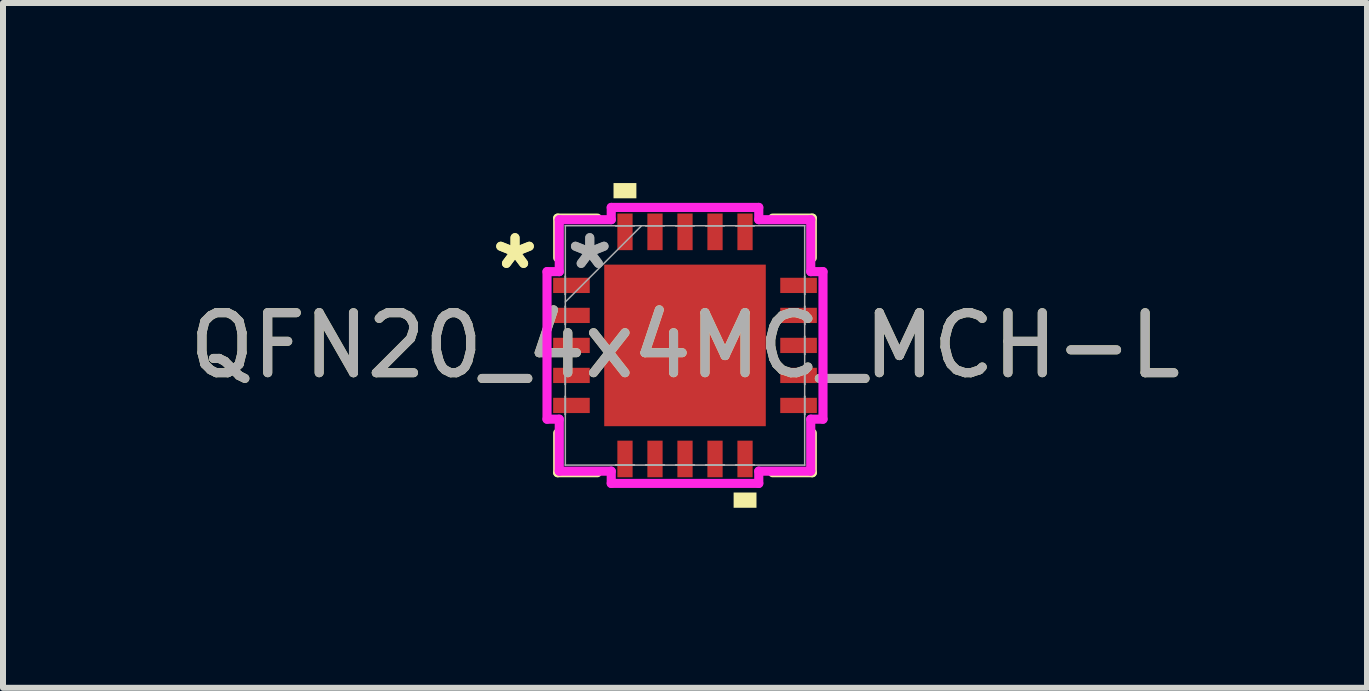
<source format=kicad_pcb>
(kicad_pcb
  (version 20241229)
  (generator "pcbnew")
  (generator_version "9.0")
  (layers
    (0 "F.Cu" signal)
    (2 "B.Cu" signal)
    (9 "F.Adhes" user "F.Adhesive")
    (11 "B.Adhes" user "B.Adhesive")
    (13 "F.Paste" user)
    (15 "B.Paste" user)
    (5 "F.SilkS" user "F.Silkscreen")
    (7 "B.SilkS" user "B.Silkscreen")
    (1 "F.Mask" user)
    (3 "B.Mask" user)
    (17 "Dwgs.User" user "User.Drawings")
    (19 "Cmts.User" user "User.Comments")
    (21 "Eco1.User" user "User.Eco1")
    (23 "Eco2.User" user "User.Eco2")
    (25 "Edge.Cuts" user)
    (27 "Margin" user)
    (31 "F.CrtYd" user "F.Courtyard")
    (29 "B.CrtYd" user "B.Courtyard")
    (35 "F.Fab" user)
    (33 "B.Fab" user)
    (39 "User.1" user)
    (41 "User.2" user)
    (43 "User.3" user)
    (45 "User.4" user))
  (footprint "QFN20_4x4MC_MCH-L"
    (layer "F.Cu")
    (at 8.363 2.705)
    (property "Reference" "QFN20_4x4MC_MCH-L" (at 0 0 0) (unlocked yes) (layer "F.SilkS") (effects (font (size 1 1) (thickness 0.15))))
    (attr smd)
    (fp_line (start -2.121 -2.121) (end -2.121 -1.46) (stroke (width 0.152) (type solid)) (layer "F.SilkS"))
    (fp_line (start -2.121 1.46) (end -2.121 2.121) (stroke (width 0.152) (type solid)) (layer "F.SilkS"))
    (fp_line (start -2.121 2.121) (end -1.46 2.121) (stroke (width 0.152) (type solid)) (layer "F.SilkS"))
    (fp_line (start -1.46 -2.121) (end -2.121 -2.121) (stroke (width 0.152) (type solid)) (layer "F.SilkS"))
    (fp_line (start 1.46 2.121) (end 2.121 2.121) (stroke (width 0.152) (type solid)) (layer "F.SilkS"))
    (fp_line (start 2.121 -2.121) (end 1.46 -2.121) (stroke (width 0.152) (type solid)) (layer "F.SilkS"))
    (fp_line (start 2.121 -1.46) (end 2.121 -2.121) (stroke (width 0.152) (type solid)) (layer "F.SilkS"))
    (fp_line (start 2.121 2.121) (end 2.121 1.46) (stroke (width 0.152) (type solid)) (layer "F.SilkS"))
    (fp_poly (pts (xy -1.191 -2.451) (xy -1.191 -2.705) (xy -0.81 -2.705) (xy -0.81 -2.451)) (stroke (width 0) (type solid)) (fill yes) (layer "F.SilkS"))
    (fp_poly (pts (xy 0.81 2.451) (xy 0.81 2.705) (xy 1.191 2.705) (xy 1.191 2.451)) (stroke (width 0) (type solid)) (fill yes) (layer "F.SilkS"))
    (fp_poly (pts (xy -1.246 -1.246) (xy -1.246 -0.1) (xy -0.1 -0.1) (xy -0.1 -1.246)) (stroke (width 0) (type solid)) (fill yes) (layer "F.Paste"))
    (fp_poly (pts (xy -1.246 0.1) (xy -1.246 1.246) (xy -0.1 1.246) (xy -0.1 0.1)) (stroke (width 0) (type solid)) (fill yes) (layer "F.Paste"))
    (fp_poly (pts (xy 0.1 -1.246) (xy 0.1 -0.1) (xy 1.246 -0.1) (xy 1.246 -1.246)) (stroke (width 0) (type solid)) (fill yes) (layer "F.Paste"))
    (fp_poly (pts (xy 0.1 0.1) (xy 0.1 1.246) (xy 1.246 1.246) (xy 1.246 0.1)) (stroke (width 0) (type solid)) (fill yes) (layer "F.Paste"))
    (fp_line (start -2.299 -1.229) (end -2.095 -1.229) (stroke (width 0.152) (type solid)) (layer "F.CrtYd"))
    (fp_line (start -2.299 1.229) (end -2.299 -1.229) (stroke (width 0.152) (type solid)) (layer "F.CrtYd"))
    (fp_line (start -2.095 -2.095) (end -1.229 -2.095) (stroke (width 0.152) (type solid)) (layer "F.CrtYd"))
    (fp_line (start -2.095 -1.229) (end -2.095 -2.095) (stroke (width 0.152) (type solid)) (layer "F.CrtYd"))
    (fp_line (start -2.095 1.229) (end -2.299 1.229) (stroke (width 0.152) (type solid)) (layer "F.CrtYd"))
    (fp_line (start -2.095 2.095) (end -2.095 1.229) (stroke (width 0.152) (type solid)) (layer "F.CrtYd"))
    (fp_line (start -1.229 -2.299) (end 1.229 -2.299) (stroke (width 0.152) (type solid)) (layer "F.CrtYd"))
    (fp_line (start -1.229 -2.095) (end -1.229 -2.299) (stroke (width 0.152) (type solid)) (layer "F.CrtYd"))
    (fp_line (start -1.229 2.095) (end -2.095 2.095) (stroke (width 0.152) (type solid)) (layer "F.CrtYd"))
    (fp_line (start -1.229 2.299) (end -1.229 2.095) (stroke (width 0.152) (type solid)) (layer "F.CrtYd"))
    (fp_line (start 1.229 -2.299) (end 1.229 -2.095) (stroke (width 0.152) (type solid)) (layer "F.CrtYd"))
    (fp_line (start 1.229 -2.095) (end 2.095 -2.095) (stroke (width 0.152) (type solid)) (layer "F.CrtYd"))
    (fp_line (start 1.229 2.095) (end 1.229 2.299) (stroke (width 0.152) (type solid)) (layer "F.CrtYd"))
    (fp_line (start 1.229 2.299) (end -1.229 2.299) (stroke (width 0.152) (type solid)) (layer "F.CrtYd"))
    (fp_line (start 2.095 -2.095) (end 2.095 -1.229) (stroke (width 0.152) (type solid)) (layer "F.CrtYd"))
    (fp_line (start 2.095 -1.229) (end 2.299 -1.229) (stroke (width 0.152) (type solid)) (layer "F.CrtYd"))
    (fp_line (start 2.095 1.229) (end 2.095 2.095) (stroke (width 0.152) (type solid)) (layer "F.CrtYd"))
    (fp_line (start 2.095 2.095) (end 1.229 2.095) (stroke (width 0.152) (type solid)) (layer "F.CrtYd"))
    (fp_line (start 2.299 -1.229) (end 2.299 1.229) (stroke (width 0.152) (type solid)) (layer "F.CrtYd"))
    (fp_line (start 2.299 1.229) (end 2.095 1.229) (stroke (width 0.152) (type solid)) (layer "F.CrtYd"))
    (fp_line (start -1.994 -1.994) (end -1.994 -1.994) (stroke (width 0.025) (type solid)) (layer "F.Fab"))
    (fp_line (start -1.994 -1.994) (end -1.994 1.994) (stroke (width 0.025) (type solid)) (layer "F.Fab"))
    (fp_line (start -1.994 -1.152) (end -1.994 -1.152) (stroke (width 0.025) (type solid)) (layer "F.Fab"))
    (fp_line (start -1.994 -1.152) (end -1.994 -0.848) (stroke (width 0.025) (type solid)) (layer "F.Fab"))
    (fp_line (start -1.994 -0.848) (end -1.994 -1.152) (stroke (width 0.025) (type solid)) (layer "F.Fab"))
    (fp_line (start -1.994 -0.848) (end -1.994 -0.848) (stroke (width 0.025) (type solid)) (layer "F.Fab"))
    (fp_line (start -1.994 -0.724) (end -0.724 -1.994) (stroke (width 0.025) (type solid)) (layer "F.Fab"))
    (fp_line (start -1.994 -0.652) (end -1.994 -0.652) (stroke (width 0.025) (type solid)) (layer "F.Fab"))
    (fp_line (start -1.994 -0.652) (end -1.994 -0.348) (stroke (width 0.025) (type solid)) (layer "F.Fab"))
    (fp_line (start -1.994 -0.348) (end -1.994 -0.652) (stroke (width 0.025) (type solid)) (layer "F.Fab"))
    (fp_line (start -1.994 -0.348) (end -1.994 -0.348) (stroke (width 0.025) (type solid)) (layer "F.Fab"))
    (fp_line (start -1.994 -0.152) (end -1.994 -0.152) (stroke (width 0.025) (type solid)) (layer "F.Fab"))
    (fp_line (start -1.994 -0.152) (end -1.994 0.152) (stroke (width 0.025) (type solid)) (layer "F.Fab"))
    (fp_line (start -1.994 0.152) (end -1.994 -0.152) (stroke (width 0.025) (type solid)) (layer "F.Fab"))
    (fp_line (start -1.994 0.152) (end -1.994 0.152) (stroke (width 0.025) (type solid)) (layer "F.Fab"))
    (fp_line (start -1.994 0.348) (end -1.994 0.348) (stroke (width 0.025) (type solid)) (layer "F.Fab"))
    (fp_line (start -1.994 0.348) (end -1.994 0.652) (stroke (width 0.025) (type solid)) (layer "F.Fab"))
    (fp_line (start -1.994 0.652) (end -1.994 0.348) (stroke (width 0.025) (type solid)) (layer "F.Fab"))
    (fp_line (start -1.994 0.652) (end -1.994 0.652) (stroke (width 0.025) (type solid)) (layer "F.Fab"))
    (fp_line (start -1.994 0.848) (end -1.994 0.848) (stroke (width 0.025) (type solid)) (layer "F.Fab"))
    (fp_line (start -1.994 0.848) (end -1.994 1.152) (stroke (width 0.025) (type solid)) (layer "F.Fab"))
    (fp_line (start -1.994 1.152) (end -1.994 0.848) (stroke (width 0.025) (type solid)) (layer "F.Fab"))
    (fp_line (start -1.994 1.152) (end -1.994 1.152) (stroke (width 0.025) (type solid)) (layer "F.Fab"))
    (fp_line (start -1.994 1.994) (end -1.994 1.994) (stroke (width 0.025) (type solid)) (layer "F.Fab"))
    (fp_line (start -1.994 1.994) (end 1.994 1.994) (stroke (width 0.025) (type solid)) (layer "F.Fab"))
    (fp_line (start -1.152 -1.994) (end -1.152 -1.994) (stroke (width 0.025) (type solid)) (layer "F.Fab"))
    (fp_line (start -1.152 -1.994) (end -0.848 -1.994) (stroke (width 0.025) (type solid)) (layer "F.Fab"))
    (fp_line (start -1.152 1.994) (end -1.152 1.994) (stroke (width 0.025) (type solid)) (layer "F.Fab"))
    (fp_line (start -1.152 1.994) (end -0.848 1.994) (stroke (width 0.025) (type solid)) (layer "F.Fab"))
    (fp_line (start -0.848 -1.994) (end -1.152 -1.994) (stroke (width 0.025) (type solid)) (layer "F.Fab"))
    (fp_line (start -0.848 -1.994) (end -0.848 -1.994) (stroke (width 0.025) (type solid)) (layer "F.Fab"))
    (fp_line (start -0.848 1.994) (end -1.152 1.994) (stroke (width 0.025) (type solid)) (layer "F.Fab"))
    (fp_line (start -0.848 1.994) (end -0.848 1.994) (stroke (width 0.025) (type solid)) (layer "F.Fab"))
    (fp_line (start -0.652 -1.994) (end -0.652 -1.994) (stroke (width 0.025) (type solid)) (layer "F.Fab"))
    (fp_line (start -0.652 -1.994) (end -0.348 -1.994) (stroke (width 0.025) (type solid)) (layer "F.Fab"))
    (fp_line (start -0.652 1.994) (end -0.652 1.994) (stroke (width 0.025) (type solid)) (layer "F.Fab"))
    (fp_line (start -0.652 1.994) (end -0.348 1.994) (stroke (width 0.025) (type solid)) (layer "F.Fab"))
    (fp_line (start -0.348 -1.994) (end -0.652 -1.994) (stroke (width 0.025) (type solid)) (layer "F.Fab"))
    (fp_line (start -0.348 -1.994) (end -0.348 -1.994) (stroke (width 0.025) (type solid)) (layer "F.Fab"))
    (fp_line (start -0.348 1.994) (end -0.652 1.994) (stroke (width 0.025) (type solid)) (layer "F.Fab"))
    (fp_line (start -0.348 1.994) (end -0.348 1.994) (stroke (width 0.025) (type solid)) (layer "F.Fab"))
    (fp_line (start -0.152 -1.994) (end -0.152 -1.994) (stroke (width 0.025) (type solid)) (layer "F.Fab"))
    (fp_line (start -0.152 -1.994) (end 0.152 -1.994) (stroke (width 0.025) (type solid)) (layer "F.Fab"))
    (fp_line (start -0.152 1.994) (end -0.152 1.994) (stroke (width 0.025) (type solid)) (layer "F.Fab"))
    (fp_line (start -0.152 1.994) (end 0.152 1.994) (stroke (width 0.025) (type solid)) (layer "F.Fab"))
    (fp_line (start 0.152 -1.994) (end -0.152 -1.994) (stroke (width 0.025) (type solid)) (layer "F.Fab"))
    (fp_line (start 0.152 -1.994) (end 0.152 -1.994) (stroke (width 0.025) (type solid)) (layer "F.Fab"))
    (fp_line (start 0.152 1.994) (end -0.152 1.994) (stroke (width 0.025) (type solid)) (layer "F.Fab"))
    (fp_line (start 0.152 1.994) (end 0.152 1.994) (stroke (width 0.025) (type solid)) (layer "F.Fab"))
    (fp_line (start 0.348 -1.994) (end 0.348 -1.994) (stroke (width 0.025) (type solid)) (layer "F.Fab"))
    (fp_line (start 0.348 -1.994) (end 0.652 -1.994) (stroke (width 0.025) (type solid)) (layer "F.Fab"))
    (fp_line (start 0.348 1.994) (end 0.348 1.994) (stroke (width 0.025) (type solid)) (layer "F.Fab"))
    (fp_line (start 0.348 1.994) (end 0.652 1.994) (stroke (width 0.025) (type solid)) (layer "F.Fab"))
    (fp_line (start 0.652 -1.994) (end 0.348 -1.994) (stroke (width 0.025) (type solid)) (layer "F.Fab"))
    (fp_line (start 0.652 -1.994) (end 0.652 -1.994) (stroke (width 0.025) (type solid)) (layer "F.Fab"))
    (fp_line (start 0.652 1.994) (end 0.348 1.994) (stroke (width 0.025) (type solid)) (layer "F.Fab"))
    (fp_line (start 0.652 1.994) (end 0.652 1.994) (stroke (width 0.025) (type solid)) (layer "F.Fab"))
    (fp_line (start 0.848 -1.994) (end 0.848 -1.994) (stroke (width 0.025) (type solid)) (layer "F.Fab"))
    (fp_line (start 0.848 -1.994) (end 1.152 -1.994) (stroke (width 0.025) (type solid)) (layer "F.Fab"))
    (fp_line (start 0.848 1.994) (end 0.848 1.994) (stroke (width 0.025) (type solid)) (layer "F.Fab"))
    (fp_line (start 0.848 1.994) (end 1.152 1.994) (stroke (width 0.025) (type solid)) (layer "F.Fab"))
    (fp_line (start 1.152 -1.994) (end 0.848 -1.994) (stroke (width 0.025) (type solid)) (layer "F.Fab"))
    (fp_line (start 1.152 -1.994) (end 1.152 -1.994) (stroke (width 0.025) (type solid)) (layer "F.Fab"))
    (fp_line (start 1.152 1.994) (end 0.848 1.994) (stroke (width 0.025) (type solid)) (layer "F.Fab"))
    (fp_line (start 1.152 1.994) (end 1.152 1.994) (stroke (width 0.025) (type solid)) (layer "F.Fab"))
    (fp_line (start 1.994 -1.994) (end -1.994 -1.994) (stroke (width 0.025) (type solid)) (layer "F.Fab"))
    (fp_line (start 1.994 -1.994) (end 1.994 -1.994) (stroke (width 0.025) (type solid)) (layer "F.Fab"))
    (fp_line (start 1.994 -1.152) (end 1.994 -1.152) (stroke (width 0.025) (type solid)) (layer "F.Fab"))
    (fp_line (start 1.994 -1.152) (end 1.994 -0.848) (stroke (width 0.025) (type solid)) (layer "F.Fab"))
    (fp_line (start 1.994 -0.848) (end 1.994 -1.152) (stroke (width 0.025) (type solid)) (layer "F.Fab"))
    (fp_line (start 1.994 -0.848) (end 1.994 -0.848) (stroke (width 0.025) (type solid)) (layer "F.Fab"))
    (fp_line (start 1.994 -0.652) (end 1.994 -0.652) (stroke (width 0.025) (type solid)) (layer "F.Fab"))
    (fp_line (start 1.994 -0.652) (end 1.994 -0.348) (stroke (width 0.025) (type solid)) (layer "F.Fab"))
    (fp_line (start 1.994 -0.348) (end 1.994 -0.652) (stroke (width 0.025) (type solid)) (layer "F.Fab"))
    (fp_line (start 1.994 -0.348) (end 1.994 -0.348) (stroke (width 0.025) (type solid)) (layer "F.Fab"))
    (fp_line (start 1.994 -0.152) (end 1.994 -0.152) (stroke (width 0.025) (type solid)) (layer "F.Fab"))
    (fp_line (start 1.994 -0.152) (end 1.994 0.152) (stroke (width 0.025) (type solid)) (layer "F.Fab"))
    (fp_line (start 1.994 0.152) (end 1.994 -0.152) (stroke (width 0.025) (type solid)) (layer "F.Fab"))
    (fp_line (start 1.994 0.152) (end 1.994 0.152) (stroke (width 0.025) (type solid)) (layer "F.Fab"))
    (fp_line (start 1.994 0.348) (end 1.994 0.348) (stroke (width 0.025) (type solid)) (layer "F.Fab"))
    (fp_line (start 1.994 0.348) (end 1.994 0.652) (stroke (width 0.025) (type solid)) (layer "F.Fab"))
    (fp_line (start 1.994 0.652) (end 1.994 0.348) (stroke (width 0.025) (type solid)) (layer "F.Fab"))
    (fp_line (start 1.994 0.652) (end 1.994 0.652) (stroke (width 0.025) (type solid)) (layer "F.Fab"))
    (fp_line (start 1.994 0.848) (end 1.994 0.848) (stroke (width 0.025) (type solid)) (layer "F.Fab"))
    (fp_line (start 1.994 0.848) (end 1.994 1.152) (stroke (width 0.025) (type solid)) (layer "F.Fab"))
    (fp_line (start 1.994 1.152) (end 1.994 0.848) (stroke (width 0.025) (type solid)) (layer "F.Fab"))
    (fp_line (start 1.994 1.152) (end 1.994 1.152) (stroke (width 0.025) (type solid)) (layer "F.Fab"))
    (fp_line (start 1.994 1.994) (end 1.994 -1.994) (stroke (width 0.025) (type solid)) (layer "F.Fab"))
    (fp_line (start 1.994 1.994) (end 1.994 1.994) (stroke (width 0.025) (type solid)) (layer "F.Fab"))
    (fp_text user "*" (at -2.832 -1.25 0) (unlocked yes) (layer "F.SilkS") (effects (font (size 1 1) (thickness 0.15))))
    (fp_text user "*" (at -2.832 -1.25 0) (layer "F.SilkS") (effects (font (size 1 1) (thickness 0.15))))
    (fp_text user "${REFERENCE}" (at 0 0 0) (unlocked yes) (layer "F.Fab") (effects (font (size 1 1) (thickness 0.15))))
    (fp_text user "*" (at -1.587 -1.25 0) (layer "F.Fab") (effects (font (size 1 1) (thickness 0.15))))
    (fp_text user "*" (at -1.587 -1.25 0) (unlocked yes) (layer "F.Fab") (effects (font (size 1 1) (thickness 0.15))))
    (pad "1" smd rect (at -1.892 -1 90) (size 0.254 0.61) (layers "F.Cu" "F.Mask" "F.Paste"))
    (pad "2" smd rect (at -1.892 -0.5 90) (size 0.254 0.61) (layers "F.Cu" "F.Mask" "F.Paste"))
    (pad "3" smd rect (at -1.892 0 90) (size 0.254 0.61) (layers "F.Cu" "F.Mask" "F.Paste"))
    (pad "4" smd rect (at -1.892 0.5 90) (size 0.254 0.61) (layers "F.Cu" "F.Mask" "F.Paste"))
    (pad "5" smd rect (at -1.892 1 90) (size 0.254 0.61) (layers "F.Cu" "F.Mask" "F.Paste"))
    (pad "6" smd rect (at -1 1.892) (size 0.254 0.61) (layers "F.Cu" "F.Mask" "F.Paste"))
    (pad "7" smd rect (at -0.5 1.892) (size 0.254 0.61) (layers "F.Cu" "F.Mask" "F.Paste"))
    (pad "8" smd rect (at 0 1.892) (size 0.254 0.61) (layers "F.Cu" "F.Mask" "F.Paste"))
    (pad "9" smd rect (at 0.5 1.892) (size 0.254 0.61) (layers "F.Cu" "F.Mask" "F.Paste"))
    (pad "10" smd rect (at 1 1.892) (size 0.254 0.61) (layers "F.Cu" "F.Mask" "F.Paste"))
    (pad "11" smd rect (at 1.892 1 90) (size 0.254 0.61) (layers "F.Cu" "F.Mask" "F.Paste"))
    (pad "12" smd rect (at 1.892 0.5 90) (size 0.254 0.61) (layers "F.Cu" "F.Mask" "F.Paste"))
    (pad "13" smd rect (at 1.892 0 90) (size 0.254 0.61) (layers "F.Cu" "F.Mask" "F.Paste"))
    (pad "14" smd rect (at 1.892 -0.5 90) (size 0.254 0.61) (layers "F.Cu" "F.Mask" "F.Paste"))
    (pad "15" smd rect (at 1.892 -1 90) (size 0.254 0.61) (layers "F.Cu" "F.Mask" "F.Paste"))
    (pad "16" smd rect (at 1 -1.892) (size 0.254 0.61) (layers "F.Cu" "F.Mask" "F.Paste"))
    (pad "17" smd rect (at 0.5 -1.892) (size 0.254 0.61) (layers "F.Cu" "F.Mask" "F.Paste"))
    (pad "18" smd rect (at 0 -1.892) (size 0.254 0.61) (layers "F.Cu" "F.Mask" "F.Paste"))
    (pad "19" smd rect (at -0.5 -1.892) (size 0.254 0.61) (layers "F.Cu" "F.Mask" "F.Paste"))
    (pad "20" smd rect (at -1 -1.892) (size 0.254 0.61) (layers "F.Cu" "F.Mask" "F.Paste"))
    (pad "21" smd rect (at 0 0) (size 2.692 2.692) (layers "F.Cu" "F.Mask" "F.Paste")))
  (gr_rect
    (start -3 -3)
    (end 19.726 8.41)
    (stroke (width 0.1) (type default))
    (fill no)
    (layer "Edge.Cuts")))
</source>
